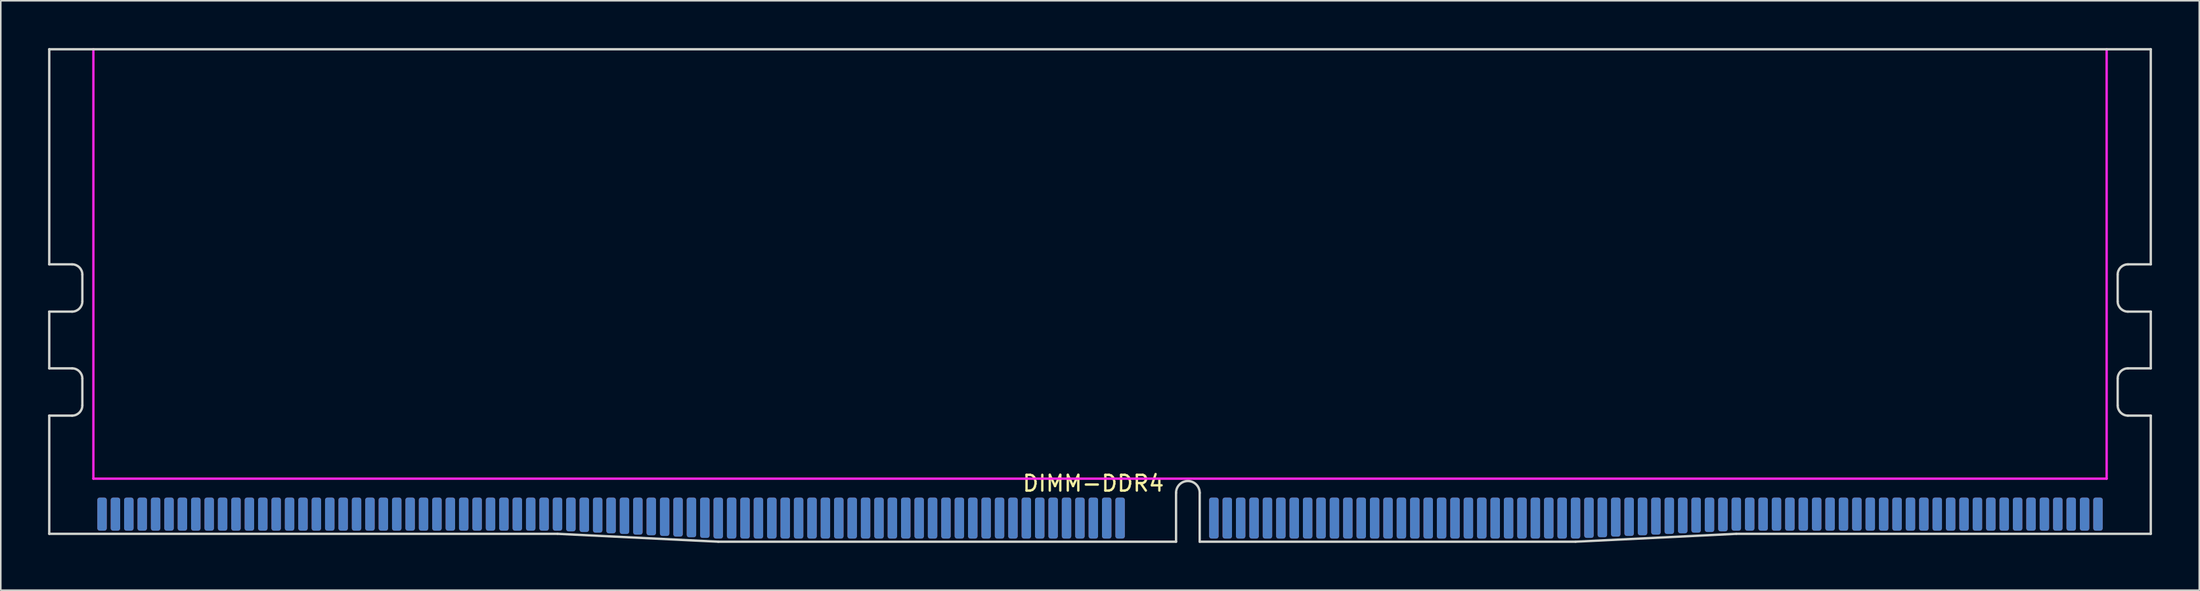
<source format=kicad_pcb>
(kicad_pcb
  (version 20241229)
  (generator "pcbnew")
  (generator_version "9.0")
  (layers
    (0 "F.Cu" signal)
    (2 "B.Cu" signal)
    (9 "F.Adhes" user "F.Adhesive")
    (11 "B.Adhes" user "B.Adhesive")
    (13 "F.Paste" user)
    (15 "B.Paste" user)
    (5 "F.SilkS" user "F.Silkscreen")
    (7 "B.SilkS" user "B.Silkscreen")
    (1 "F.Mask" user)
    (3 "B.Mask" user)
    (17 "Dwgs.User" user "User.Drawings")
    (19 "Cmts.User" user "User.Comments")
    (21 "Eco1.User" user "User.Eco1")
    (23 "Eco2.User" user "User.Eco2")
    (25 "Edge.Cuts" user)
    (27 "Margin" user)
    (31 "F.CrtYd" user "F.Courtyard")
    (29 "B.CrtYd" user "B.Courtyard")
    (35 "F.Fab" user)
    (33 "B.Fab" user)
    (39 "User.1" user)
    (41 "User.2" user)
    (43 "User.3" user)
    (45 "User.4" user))
  (footprint "DIMM-DDR4"
    (layer "F.Cu")
    (at 68.025 29.825)
    (property "Reference" "DIMM-DDR4" (at -1.7 -2.2 180) (layer "F.SilkS") (effects (font (size 1 1) (thickness 0.15))))
    (attr smd)
    (fp_poly (pts (xy 3.55 1.5) (xy 0 1.5) (xy 0 -1.3) (xy 3.55 -1.3)) (stroke (width 0) (type solid)) (fill yes) (layer "F.Mask"))
    (fp_poly (pts (xy 5.05 1.5) (xy 5.95 1.5) (xy 5.95 -1.3) (xy 5.05 -1.3)) (stroke (width 0) (type solid)) (fill yes) (layer "F.Mask"))
    (fp_poly (pts (xy 3.55 1.5) (xy 0 1.5) (xy 0 -1.3) (xy 3.55 -1.3)) (stroke (width 0) (type solid)) (fill yes) (layer "B.Mask"))
    (fp_poly (pts (xy 5.05 1.5) (xy 5.95 1.5) (xy 5.95 -1.3) (xy 5.05 -1.3)) (stroke (width 0) (type solid)) (fill yes) (layer "B.Mask"))
    (fp_line (start -67.95 -29.75) (end 65.4 -29.75) (stroke (width 0.15) (type solid)) (layer "Edge.Cuts"))
    (fp_line (start -67.95 -16.1) (end -67.95 -29.75) (stroke (width 0.15) (type solid)) (layer "Edge.Cuts"))
    (fp_line (start -67.95 -16.1) (end -66.5 -16.1) (stroke (width 0.15) (type solid)) (layer "Edge.Cuts"))
    (fp_line (start -67.95 -13.1) (end -66.5 -13.1) (stroke (width 0.15) (type solid)) (layer "Edge.Cuts"))
    (fp_line (start -67.95 -9.5) (end -67.95 -13.1) (stroke (width 0.15) (type solid)) (layer "Edge.Cuts"))
    (fp_line (start -67.95 -9.5) (end -66.5 -9.5) (stroke (width 0.15) (type solid)) (layer "Edge.Cuts"))
    (fp_line (start -67.95 -6.5) (end -66.5 -6.5) (stroke (width 0.15) (type solid)) (layer "Edge.Cuts"))
    (fp_line (start -67.95 1) (end -67.95 -6.5) (stroke (width 0.15) (type solid)) (layer "Edge.Cuts"))
    (fp_line (start -65.85 -13.75) (end -65.85 -15.45) (stroke (width 0.15) (type solid)) (layer "Edge.Cuts"))
    (fp_line (start -65.85 -7.15) (end -65.85 -8.85) (stroke (width 0.15) (type solid)) (layer "Edge.Cuts"))
    (fp_line (start -35.7 1) (end -67.95 1) (stroke (width 0.15) (type solid)) (layer "Edge.Cuts"))
    (fp_line (start -25.5 1.5) (end -35.7 1) (stroke (width 0.15) (type solid)) (layer "Edge.Cuts"))
    (fp_line (start 3.55 1.5) (end -25.5 1.5) (stroke (width 0.15) (type solid)) (layer "Edge.Cuts"))
    (fp_line (start 3.55 1.5) (end 3.55 -1.6) (stroke (width 0.15) (type solid)) (layer "Edge.Cuts"))
    (fp_line (start 5.05 -1.6) (end 5.05 1.5) (stroke (width 0.15) (type solid)) (layer "Edge.Cuts"))
    (fp_line (start 5.05 1.5) (end 28.9 1.5) (stroke (width 0.15) (type solid)) (layer "Edge.Cuts"))
    (fp_line (start 28.9 1.5) (end 39.1 1) (stroke (width 0.15) (type solid)) (layer "Edge.Cuts"))
    (fp_line (start 39.1 1) (end 65.4 1) (stroke (width 0.15) (type solid)) (layer "Edge.Cuts"))
    (fp_line (start 63.3 -13.75) (end 63.3 -15.45) (stroke (width 0.15) (type solid)) (layer "Edge.Cuts"))
    (fp_line (start 63.3 -7.15) (end 63.3 -8.85) (stroke (width 0.15) (type solid)) (layer "Edge.Cuts"))
    (fp_line (start 65.4 -16.1) (end 63.95 -16.1) (stroke (width 0.15) (type solid)) (layer "Edge.Cuts"))
    (fp_line (start 65.4 -16.1) (end 65.4 -29.75) (stroke (width 0.15) (type solid)) (layer "Edge.Cuts"))
    (fp_line (start 65.4 -13.1) (end 63.95 -13.1) (stroke (width 0.15) (type solid)) (layer "Edge.Cuts"))
    (fp_line (start 65.4 -9.5) (end 63.95 -9.5) (stroke (width 0.15) (type solid)) (layer "Edge.Cuts"))
    (fp_line (start 65.4 -9.5) (end 65.4 -13.1) (stroke (width 0.15) (type solid)) (layer "Edge.Cuts"))
    (fp_line (start 65.4 -6.5) (end 63.95 -6.5) (stroke (width 0.15) (type solid)) (layer "Edge.Cuts"))
    (fp_line (start 65.4 1) (end 65.4 -6.5) (stroke (width 0.15) (type solid)) (layer "Edge.Cuts"))
    (fp_arc (start -66.5 -16.1) (mid -66.040381 -15.909619) (end -65.85 -15.45) (stroke (width 0.15) (type solid)) (layer "Edge.Cuts"))
    (fp_arc (start -66.5 -9.5) (mid -66.040381 -9.309619) (end -65.85 -8.85) (stroke (width 0.15) (type solid)) (layer "Edge.Cuts"))
    (fp_arc (start -65.85 -13.75) (mid -66.040381 -13.290381) (end -66.5 -13.1) (stroke (width 0.15) (type solid)) (layer "Edge.Cuts"))
    (fp_arc (start -65.85 -7.15) (mid -66.040381 -6.690381) (end -66.5 -6.5) (stroke (width 0.15) (type solid)) (layer "Edge.Cuts"))
    (fp_arc (start 3.55 -1.6) (mid 4.3 -2.35) (end 5.05 -1.6) (stroke (width 0.15) (type solid)) (layer "Edge.Cuts"))
    (fp_arc (start 63.3 -15.45) (mid 63.490381 -15.909619) (end 63.95 -16.1) (stroke (width 0.15) (type solid)) (layer "Edge.Cuts"))
    (fp_arc (start 63.3 -8.85) (mid 63.490381 -9.309619) (end 63.95 -9.5) (stroke (width 0.15) (type solid)) (layer "Edge.Cuts"))
    (fp_arc (start 63.95 -13.1) (mid 63.490381 -13.290381) (end 63.3 -13.75) (stroke (width 0.15) (type solid)) (layer "Edge.Cuts"))
    (fp_arc (start 63.95 -6.5) (mid 63.490381 -6.690381) (end 63.3 -7.15) (stroke (width 0.15) (type solid)) (layer "Edge.Cuts"))
    (fp_line (start -65.15 -2.5) (end -65.15 -29.75) (stroke (width 0.15) (type solid)) (layer "F.CrtYd"))
    (fp_line (start -65.15 -2.5) (end 62.6 -2.5) (stroke (width 0.15) (type solid)) (layer "F.CrtYd"))
    (fp_line (start 62.6 -2.5) (end 62.6 -29.75) (stroke (width 0.15) (type solid)) (layer "F.CrtYd"))
    (pad "1" smd roundrect (at -64.6 -0.25) (size 0.6 2.1) (layers "F.Cu" "F.Mask") (roundrect_rratio 0.25))
    (pad "2" smd roundrect (at -63.75 -0.25) (size 0.6 2.1) (layers "F.Cu" "F.Mask") (roundrect_rratio 0.25))
    (pad "3" smd roundrect (at -62.9 -0.25) (size 0.6 2.1) (layers "F.Cu" "F.Mask") (roundrect_rratio 0.25))
    (pad "4" smd roundrect (at -62.05 -0.25) (size 0.6 2.1) (layers "F.Cu" "F.Mask") (roundrect_rratio 0.25))
    (pad "5" smd roundrect (at -61.2 -0.25) (size 0.6 2.1) (layers "F.Cu" "F.Mask") (roundrect_rratio 0.25))
    (pad "6" smd roundrect (at -60.35 -0.25) (size 0.6 2.1) (layers "F.Cu" "F.Mask") (roundrect_rratio 0.25))
    (pad "7" smd roundrect (at -59.5 -0.25) (size 0.6 2.1) (layers "F.Cu" "F.Mask") (roundrect_rratio 0.25))
    (pad "8" smd roundrect (at -58.65 -0.25) (size 0.6 2.1) (layers "F.Cu" "F.Mask") (roundrect_rratio 0.25))
    (pad "9" smd roundrect (at -57.8 -0.25) (size 0.6 2.1) (layers "F.Cu" "F.Mask") (roundrect_rratio 0.25))
    (pad "10" smd roundrect (at -56.95 -0.25) (size 0.6 2.1) (layers "F.Cu" "F.Mask") (roundrect_rratio 0.25))
    (pad "11" smd roundrect (at -56.1 -0.25) (size 0.6 2.1) (layers "F.Cu" "F.Mask") (roundrect_rratio 0.25))
    (pad "12" smd roundrect (at -55.25 -0.25) (size 0.6 2.1) (layers "F.Cu" "F.Mask") (roundrect_rratio 0.25))
    (pad "13" smd roundrect (at -54.4 -0.25) (size 0.6 2.1) (layers "F.Cu" "F.Mask") (roundrect_rratio 0.25))
    (pad "14" smd roundrect (at -53.55 -0.25) (size 0.6 2.1) (layers "F.Cu" "F.Mask") (roundrect_rratio 0.25))
    (pad "15" smd roundrect (at -52.7 -0.25) (size 0.6 2.1) (layers "F.Cu" "F.Mask") (roundrect_rratio 0.25))
    (pad "16" smd roundrect (at -51.85 -0.25) (size 0.6 2.1) (layers "F.Cu" "F.Mask") (roundrect_rratio 0.25))
    (pad "17" smd roundrect (at -51 -0.25) (size 0.6 2.1) (layers "F.Cu" "F.Mask") (roundrect_rratio 0.25))
    (pad "18" smd roundrect (at -50.15 -0.25) (size 0.6 2.1) (layers "F.Cu" "F.Mask") (roundrect_rratio 0.25))
    (pad "19" smd roundrect (at -49.3 -0.25) (size 0.6 2.1) (layers "F.Cu" "F.Mask") (roundrect_rratio 0.25))
    (pad "20" smd roundrect (at -48.45 -0.25) (size 0.6 2.1) (layers "F.Cu" "F.Mask") (roundrect_rratio 0.25))
    (pad "21" smd roundrect (at -47.6 -0.25) (size 0.6 2.1) (layers "F.Cu" "F.Mask") (roundrect_rratio 0.25))
    (pad "22" smd roundrect (at -46.75 -0.25) (size 0.6 2.1) (layers "F.Cu" "F.Mask") (roundrect_rratio 0.25))
    (pad "23" smd roundrect (at -45.9 -0.25) (size 0.6 2.1) (layers "F.Cu" "F.Mask") (roundrect_rratio 0.25))
    (pad "24" smd roundrect (at -45.05 -0.25) (size 0.6 2.1) (layers "F.Cu" "F.Mask") (roundrect_rratio 0.25))
    (pad "25" smd roundrect (at -44.2 -0.25) (size 0.6 2.1) (layers "F.Cu" "F.Mask") (roundrect_rratio 0.25))
    (pad "26" smd roundrect (at -43.35 -0.25) (size 0.6 2.1) (layers "F.Cu" "F.Mask") (roundrect_rratio 0.25))
    (pad "27" smd roundrect (at -42.5 -0.25) (size 0.6 2.1) (layers "F.Cu" "F.Mask") (roundrect_rratio 0.25))
    (pad "28" smd roundrect (at -41.65 -0.25) (size 0.6 2.1) (layers "F.Cu" "F.Mask") (roundrect_rratio 0.25))
    (pad "29" smd roundrect (at -40.8 -0.25) (size 0.6 2.1) (layers "F.Cu" "F.Mask") (roundrect_rratio 0.25))
    (pad "30" smd roundrect (at -39.95 -0.25) (size 0.6 2.1) (layers "F.Cu" "F.Mask") (roundrect_rratio 0.25))
    (pad "31" smd roundrect (at -39.1 -0.25) (size 0.6 2.1) (layers "F.Cu" "F.Mask") (roundrect_rratio 0.25))
    (pad "32" smd roundrect (at -38.25 -0.25) (size 0.6 2.1) (layers "F.Cu" "F.Mask") (roundrect_rratio 0.25))
    (pad "33" smd roundrect (at -37.4 -0.25) (size 0.6 2.1) (layers "F.Cu" "F.Mask") (roundrect_rratio 0.25))
    (pad "34" smd roundrect (at -36.55 -0.25) (size 0.6 2.1) (layers "F.Cu" "F.Mask") (roundrect_rratio 0.25))
    (pad "35" smd roundrect (at -35.7 -0.25) (size 0.6 2.1) (layers "F.Cu" "F.Mask") (roundrect_rratio 0.25))
    (pad "36" smd roundrect (at -34.85 0) (size 0.6 2.142) (drill (offset 0 -0.229)) (layers "F.Cu" "F.Mask") (roundrect_rratio 0.25))
    (pad "37" smd roundrect (at -34 0) (size 0.6 2.183) (drill (offset 0 -0.208)) (layers "F.Cu" "F.Mask") (roundrect_rratio 0.25))
    (pad "38" smd roundrect (at -33.15 0) (size 0.6 2.225) (drill (offset 0 -0.188)) (layers "F.Cu" "F.Mask") (roundrect_rratio 0.25))
    (pad "39" smd roundrect (at -32.3 0) (size 0.6 2.267) (drill (offset 0 -0.167)) (layers "F.Cu" "F.Mask") (roundrect_rratio 0.25))
    (pad "40" smd roundrect (at -31.45 0) (size 0.6 2.308) (drill (offset 0 -0.146)) (layers "F.Cu" "F.Mask") (roundrect_rratio 0.25))
    (pad "41" smd roundrect (at -30.6 0) (size 0.6 2.35) (drill (offset 0 -0.125)) (layers "F.Cu" "F.Mask") (roundrect_rratio 0.25))
    (pad "42" smd roundrect (at -29.75 0) (size 0.6 2.392) (drill (offset 0 -0.104)) (layers "F.Cu" "F.Mask") (roundrect_rratio 0.25))
    (pad "43" smd roundrect (at -28.9 0) (size 0.6 2.433) (drill (offset 0 -0.083)) (layers "F.Cu" "F.Mask") (roundrect_rratio 0.25))
    (pad "44" smd roundrect (at -28.05 0) (size 0.6 2.475) (drill (offset 0 -0.062)) (layers "F.Cu" "F.Mask") (roundrect_rratio 0.25))
    (pad "45" smd roundrect (at -27.2 0) (size 0.6 2.517) (drill (offset 0 -0.042)) (layers "F.Cu" "F.Mask") (roundrect_rratio 0.25))
    (pad "46" smd roundrect (at -26.35 0) (size 0.6 2.558) (drill (offset 0 -0.021)) (layers "F.Cu" "F.Mask") (roundrect_rratio 0.25))
    (pad "47" smd roundrect (at -25.5 0) (size 0.6 2.6) (layers "F.Cu" "F.Mask") (roundrect_rratio 0.25))
    (pad "48" smd roundrect (at -24.65 0) (size 0.6 2.6) (layers "F.Cu" "F.Mask") (roundrect_rratio 0.25))
    (pad "49" smd roundrect (at -23.8 0) (size 0.6 2.6) (layers "F.Cu" "F.Mask") (roundrect_rratio 0.25))
    (pad "50" smd roundrect (at -22.95 0) (size 0.6 2.6) (layers "F.Cu" "F.Mask") (roundrect_rratio 0.25))
    (pad "51" smd roundrect (at -22.1 0) (size 0.6 2.6) (layers "F.Cu" "F.Mask") (roundrect_rratio 0.25))
    (pad "52" smd roundrect (at -21.25 0) (size 0.6 2.6) (layers "F.Cu" "F.Mask") (roundrect_rratio 0.25))
    (pad "53" smd roundrect (at -20.4 0) (size 0.6 2.6) (layers "F.Cu" "F.Mask") (roundrect_rratio 0.25))
    (pad "54" smd roundrect (at -19.55 0) (size 0.6 2.6) (layers "F.Cu" "F.Mask") (roundrect_rratio 0.25))
    (pad "55" smd roundrect (at -18.7 0) (size 0.6 2.6) (layers "F.Cu" "F.Mask") (roundrect_rratio 0.25))
    (pad "56" smd roundrect (at -17.85 0) (size 0.6 2.6) (layers "F.Cu" "F.Mask") (roundrect_rratio 0.25))
    (pad "57" smd roundrect (at -17 0) (size 0.6 2.6) (layers "F.Cu" "F.Mask") (roundrect_rratio 0.25))
    (pad "58" smd roundrect (at -16.15 0) (size 0.6 2.6) (layers "F.Cu" "F.Mask") (roundrect_rratio 0.25))
    (pad "59" smd roundrect (at -15.3 0) (size 0.6 2.6) (layers "F.Cu" "F.Mask") (roundrect_rratio 0.25))
    (pad "60" smd roundrect (at -14.45 0) (size 0.6 2.6) (layers "F.Cu" "F.Mask") (roundrect_rratio 0.25))
    (pad "61" smd roundrect (at -13.6 0) (size 0.6 2.6) (layers "F.Cu" "F.Mask") (roundrect_rratio 0.25))
    (pad "62" smd roundrect (at -12.75 0) (size 0.6 2.6) (layers "F.Cu" "F.Mask") (roundrect_rratio 0.25))
    (pad "63" smd roundrect (at -11.9 0) (size 0.6 2.6) (layers "F.Cu" "F.Mask") (roundrect_rratio 0.25))
    (pad "64" smd roundrect (at -11.05 0) (size 0.6 2.6) (layers "F.Cu" "F.Mask") (roundrect_rratio 0.25))
    (pad "65" smd roundrect (at -10.2 0) (size 0.6 2.6) (layers "F.Cu" "F.Mask") (roundrect_rratio 0.25))
    (pad "66" smd roundrect (at -9.35 0) (size 0.6 2.6) (layers "F.Cu" "F.Mask") (roundrect_rratio 0.25))
    (pad "67" smd roundrect (at -8.5 0) (size 0.6 2.6) (layers "F.Cu" "F.Mask") (roundrect_rratio 0.25))
    (pad "68" smd roundrect (at -7.65 0) (size 0.6 2.6) (layers "F.Cu" "F.Mask") (roundrect_rratio 0.25))
    (pad "69" smd roundrect (at -6.8 0) (size 0.6 2.6) (layers "F.Cu" "F.Mask") (roundrect_rratio 0.25))
    (pad "70" smd roundrect (at -5.95 0) (size 0.6 2.6) (layers "F.Cu" "F.Mask") (roundrect_rratio 0.25))
    (pad "71" smd roundrect (at -5.1 0) (size 0.6 2.6) (layers "F.Cu" "F.Mask") (roundrect_rratio 0.25))
    (pad "72" smd roundrect (at -4.25 0) (size 0.6 2.6) (layers "F.Cu" "F.Mask") (roundrect_rratio 0.25))
    (pad "73" smd roundrect (at -3.4 0) (size 0.6 2.6) (layers "F.Cu" "F.Mask") (roundrect_rratio 0.25))
    (pad "74" smd roundrect (at -2.55 0) (size 0.6 2.6) (layers "F.Cu" "F.Mask") (roundrect_rratio 0.25))
    (pad "75" smd roundrect (at -1.7 0) (size 0.6 2.6) (layers "F.Cu" "F.Mask") (roundrect_rratio 0.25))
    (pad "76" smd roundrect (at -0.85 0) (size 0.6 2.6) (layers "F.Cu" "F.Mask") (roundrect_rratio 0.25))
    (pad "77" smd roundrect (at 0 0) (size 0.6 2.6) (layers "F.Cu" "F.Mask") (roundrect_rratio 0.25))
    (pad "78" smd roundrect (at 5.95 0) (size 0.6 2.6) (layers "F.Cu" "F.Mask") (roundrect_rratio 0.25))
    (pad "79" smd roundrect (at 6.8 0) (size 0.6 2.6) (layers "F.Cu" "F.Mask") (roundrect_rratio 0.25))
    (pad "80" smd roundrect (at 7.65 0) (size 0.6 2.6) (layers "F.Cu" "F.Mask") (roundrect_rratio 0.25))
    (pad "81" smd roundrect (at 8.5 0) (size 0.6 2.6) (layers "F.Cu" "F.Mask") (roundrect_rratio 0.25))
    (pad "82" smd roundrect (at 9.35 0) (size 0.6 2.6) (layers "F.Cu" "F.Mask") (roundrect_rratio 0.25))
    (pad "83" smd roundrect (at 10.2 0) (size 0.6 2.6) (layers "F.Cu" "F.Mask") (roundrect_rratio 0.25))
    (pad "84" smd roundrect (at 11.05 0) (size 0.6 2.6) (layers "F.Cu" "F.Mask") (roundrect_rratio 0.25))
    (pad "85" smd roundrect (at 11.9 0) (size 0.6 2.6) (layers "F.Cu" "F.Mask") (roundrect_rratio 0.25))
    (pad "86" smd roundrect (at 12.75 0) (size 0.6 2.6) (layers "F.Cu" "F.Mask") (roundrect_rratio 0.25))
    (pad "87" smd roundrect (at 13.6 0) (size 0.6 2.6) (layers "F.Cu" "F.Mask") (roundrect_rratio 0.25))
    (pad "88" smd roundrect (at 14.45 0) (size 0.6 2.6) (layers "F.Cu" "F.Mask") (roundrect_rratio 0.25))
    (pad "89" smd roundrect (at 15.3 0) (size 0.6 2.6) (layers "F.Cu" "F.Mask") (roundrect_rratio 0.25))
    (pad "90" smd roundrect (at 16.15 0) (size 0.6 2.6) (layers "F.Cu" "F.Mask") (roundrect_rratio 0.25))
    (pad "91" smd roundrect (at 17 0) (size 0.6 2.6) (layers "F.Cu" "F.Mask") (roundrect_rratio 0.25))
    (pad "92" smd roundrect (at 17.85 0) (size 0.6 2.6) (layers "F.Cu" "F.Mask") (roundrect_rratio 0.25))
    (pad "93" smd roundrect (at 18.7 0) (size 0.6 2.6) (layers "F.Cu" "F.Mask") (roundrect_rratio 0.25))
    (pad "94" smd roundrect (at 19.55 0) (size 0.6 2.6) (layers "F.Cu" "F.Mask") (roundrect_rratio 0.25))
    (pad "95" smd roundrect (at 20.4 0) (size 0.6 2.6) (layers "F.Cu" "F.Mask") (roundrect_rratio 0.25))
    (pad "96" smd roundrect (at 21.25 0) (size 0.6 2.6) (layers "F.Cu" "F.Mask") (roundrect_rratio 0.25))
    (pad "97" smd roundrect (at 22.1 0) (size 0.6 2.6) (layers "F.Cu" "F.Mask") (roundrect_rratio 0.25))
    (pad "98" smd roundrect (at 22.95 0) (size 0.6 2.6) (layers "F.Cu" "F.Mask") (roundrect_rratio 0.25))
    (pad "99" smd roundrect (at 23.8 0) (size 0.6 2.6) (layers "F.Cu" "F.Mask") (roundrect_rratio 0.25))
    (pad "100" smd roundrect (at 24.65 0) (size 0.6 2.6) (layers "F.Cu" "F.Mask") (roundrect_rratio 0.25))
    (pad "101" smd roundrect (at 25.5 0) (size 0.6 2.6) (layers "F.Cu" "F.Mask") (roundrect_rratio 0.25))
    (pad "102" smd roundrect (at 26.35 0) (size 0.6 2.6) (layers "F.Cu" "F.Mask") (roundrect_rratio 0.25))
    (pad "103" smd roundrect (at 27.2 0) (size 0.6 2.6) (layers "F.Cu" "F.Mask") (roundrect_rratio 0.25))
    (pad "104" smd roundrect (at 28.05 0) (size 0.6 2.6) (layers "F.Cu" "F.Mask") (roundrect_rratio 0.25))
    (pad "105" smd roundrect (at 28.9 0) (size 0.6 2.6) (layers "F.Cu" "F.Mask") (roundrect_rratio 0.25))
    (pad "106" smd roundrect (at 29.75 0) (size 0.6 2.558) (drill (offset 0 -0.021)) (layers "F.Cu" "F.Mask") (roundrect_rratio 0.25))
    (pad "107" smd roundrect (at 30.6 0) (size 0.6 2.517) (drill (offset 0 -0.042)) (layers "F.Cu" "F.Mask") (roundrect_rratio 0.25))
    (pad "108" smd roundrect (at 31.45 0) (size 0.6 2.475) (drill (offset 0 -0.062)) (layers "F.Cu" "F.Mask") (roundrect_rratio 0.25))
    (pad "109" smd roundrect (at 32.3 0) (size 0.6 2.433) (drill (offset 0 -0.083)) (layers "F.Cu" "F.Mask") (roundrect_rratio 0.25))
    (pad "110" smd roundrect (at 33.15 0) (size 0.6 2.392) (drill (offset 0 -0.104)) (layers "F.Cu" "F.Mask") (roundrect_rratio 0.25))
    (pad "111" smd roundrect (at 34 0) (size 0.6 2.35) (drill (offset 0 -0.125)) (layers "F.Cu" "F.Mask") (roundrect_rratio 0.25))
    (pad "112" smd roundrect (at 34.85 0) (size 0.6 2.308) (drill (offset 0 -0.146)) (layers "F.Cu" "F.Mask") (roundrect_rratio 0.25))
    (pad "113" smd roundrect (at 35.7 0) (size 0.6 2.267) (drill (offset 0 -0.167)) (layers "F.Cu" "F.Mask") (roundrect_rratio 0.25))
    (pad "114" smd roundrect (at 36.55 0) (size 0.6 2.225) (drill (offset 0 -0.188)) (layers "F.Cu" "F.Mask") (roundrect_rratio 0.25))
    (pad "115" smd roundrect (at 37.4 0) (size 0.6 2.183) (drill (offset 0 -0.208)) (layers "F.Cu" "F.Mask") (roundrect_rratio 0.25))
    (pad "116" smd roundrect (at 38.25 0) (size 0.6 2.142) (drill (offset 0 -0.229)) (layers "F.Cu" "F.Mask") (roundrect_rratio 0.25))
    (pad "117" smd roundrect (at 39.1 -0.25) (size 0.6 2.1) (layers "F.Cu" "F.Mask") (roundrect_rratio 0.25))
    (pad "118" smd roundrect (at 39.95 -0.25) (size 0.6 2.1) (layers "F.Cu" "F.Mask") (roundrect_rratio 0.25))
    (pad "119" smd roundrect (at 40.8 -0.25) (size 0.6 2.1) (layers "F.Cu" "F.Mask") (roundrect_rratio 0.25))
    (pad "120" smd roundrect (at 41.65 -0.25) (size 0.6 2.1) (layers "F.Cu" "F.Mask") (roundrect_rratio 0.25))
    (pad "121" smd roundrect (at 42.5 -0.25) (size 0.6 2.1) (layers "F.Cu" "F.Mask") (roundrect_rratio 0.25))
    (pad "122" smd roundrect (at 43.35 -0.25) (size 0.6 2.1) (layers "F.Cu" "F.Mask") (roundrect_rratio 0.25))
    (pad "123" smd roundrect (at 44.2 -0.25) (size 0.6 2.1) (layers "F.Cu" "F.Mask") (roundrect_rratio 0.25))
    (pad "124" smd roundrect (at 45.05 -0.25) (size 0.6 2.1) (layers "F.Cu" "F.Mask") (roundrect_rratio 0.25))
    (pad "125" smd roundrect (at 45.9 -0.25) (size 0.6 2.1) (layers "F.Cu" "F.Mask") (roundrect_rratio 0.25))
    (pad "126" smd roundrect (at 46.75 -0.25) (size 0.6 2.1) (layers "F.Cu" "F.Mask") (roundrect_rratio 0.25))
    (pad "127" smd roundrect (at 47.6 -0.25) (size 0.6 2.1) (layers "F.Cu" "F.Mask") (roundrect_rratio 0.25))
    (pad "128" smd roundrect (at 48.45 -0.25) (size 0.6 2.1) (layers "F.Cu" "F.Mask") (roundrect_rratio 0.25))
    (pad "129" smd roundrect (at 49.3 -0.25) (size 0.6 2.1) (layers "F.Cu" "F.Mask") (roundrect_rratio 0.25))
    (pad "130" smd roundrect (at 50.15 -0.25) (size 0.6 2.1) (layers "F.Cu" "F.Mask") (roundrect_rratio 0.25))
    (pad "131" smd roundrect (at 51 -0.25) (size 0.6 2.1) (layers "F.Cu" "F.Mask") (roundrect_rratio 0.25))
    (pad "132" smd roundrect (at 51.85 -0.25) (size 0.6 2.1) (layers "F.Cu" "F.Mask") (roundrect_rratio 0.25))
    (pad "133" smd roundrect (at 52.7 -0.25) (size 0.6 2.1) (layers "F.Cu" "F.Mask") (roundrect_rratio 0.25))
    (pad "134" smd roundrect (at 53.55 -0.25) (size 0.6 2.1) (layers "F.Cu" "F.Mask") (roundrect_rratio 0.25))
    (pad "135" smd roundrect (at 54.4 -0.25) (size 0.6 2.1) (layers "F.Cu" "F.Mask") (roundrect_rratio 0.25))
    (pad "136" smd roundrect (at 55.25 -0.25) (size 0.6 2.1) (layers "F.Cu" "F.Mask") (roundrect_rratio 0.25))
    (pad "137" smd roundrect (at 56.1 -0.25) (size 0.6 2.1) (layers "F.Cu" "F.Mask") (roundrect_rratio 0.25))
    (pad "138" smd roundrect (at 56.95 -0.25) (size 0.6 2.1) (layers "F.Cu" "F.Mask") (roundrect_rratio 0.25))
    (pad "139" smd roundrect (at 57.8 -0.25) (size 0.6 2.1) (layers "F.Cu" "F.Mask") (roundrect_rratio 0.25))
    (pad "140" smd roundrect (at 58.65 -0.25) (size 0.6 2.1) (layers "F.Cu" "F.Mask") (roundrect_rratio 0.25))
    (pad "141" smd roundrect (at 59.5 -0.25) (size 0.6 2.1) (layers "F.Cu" "F.Mask") (roundrect_rratio 0.25))
    (pad "142" smd roundrect (at 60.35 -0.25) (size 0.6 2.1) (layers "F.Cu" "F.Mask") (roundrect_rratio 0.25))
    (pad "143" smd roundrect (at 61.2 -0.25) (size 0.6 2.1) (layers "F.Cu" "F.Mask") (roundrect_rratio 0.25))
    (pad "144" smd roundrect (at 62.05 -0.25) (size 0.6 2.1) (layers "F.Cu" "F.Mask") (roundrect_rratio 0.25))
    (pad "145" smd roundrect (at -64.6 -0.25 180) (size 0.6 2.1) (layers "B.Cu" "B.Mask") (roundrect_rratio 0.25))
    (pad "146" smd roundrect (at -63.75 -0.25 180) (size 0.6 2.1) (layers "B.Cu" "B.Mask") (roundrect_rratio 0.25))
    (pad "147" smd roundrect (at -62.9 -0.25 180) (size 0.6 2.1) (layers "B.Cu" "B.Mask") (roundrect_rratio 0.25))
    (pad "148" smd roundrect (at -62.05 -0.25 180) (size 0.6 2.1) (layers "B.Cu" "B.Mask") (roundrect_rratio 0.25))
    (pad "149" smd roundrect (at -61.2 -0.25 180) (size 0.6 2.1) (layers "B.Cu" "B.Mask") (roundrect_rratio 0.25))
    (pad "150" smd roundrect (at -60.35 -0.25 180) (size 0.6 2.1) (layers "B.Cu" "B.Mask") (roundrect_rratio 0.25))
    (pad "151" smd roundrect (at -59.5 -0.25 180) (size 0.6 2.1) (layers "B.Cu" "B.Mask") (roundrect_rratio 0.25))
    (pad "152" smd roundrect (at -58.65 -0.25 180) (size 0.6 2.1) (layers "B.Cu" "B.Mask") (roundrect_rratio 0.25))
    (pad "153" smd roundrect (at -57.8 -0.25 180) (size 0.6 2.1) (layers "B.Cu" "B.Mask") (roundrect_rratio 0.25))
    (pad "154" smd roundrect (at -56.95 -0.25 180) (size 0.6 2.1) (layers "B.Cu" "B.Mask") (roundrect_rratio 0.25))
    (pad "155" smd roundrect (at -56.1 -0.25 180) (size 0.6 2.1) (layers "B.Cu" "B.Mask") (roundrect_rratio 0.25))
    (pad "156" smd roundrect (at -55.25 -0.25 180) (size 0.6 2.1) (layers "B.Cu" "B.Mask") (roundrect_rratio 0.25))
    (pad "157" smd roundrect (at -54.4 -0.25 180) (size 0.6 2.1) (layers "B.Cu" "B.Mask") (roundrect_rratio 0.25))
    (pad "158" smd roundrect (at -53.55 -0.25 180) (size 0.6 2.1) (layers "B.Cu" "B.Mask") (roundrect_rratio 0.25))
    (pad "159" smd roundrect (at -52.7 -0.25 180) (size 0.6 2.1) (layers "B.Cu" "B.Mask") (roundrect_rratio 0.25))
    (pad "160" smd roundrect (at -51.85 -0.25 180) (size 0.6 2.1) (layers "B.Cu" "B.Mask") (roundrect_rratio 0.25))
    (pad "161" smd roundrect (at -51 -0.25 180) (size 0.6 2.1) (layers "B.Cu" "B.Mask") (roundrect_rratio 0.25))
    (pad "162" smd roundrect (at -50.15 -0.25 180) (size 0.6 2.1) (layers "B.Cu" "B.Mask") (roundrect_rratio 0.25))
    (pad "163" smd roundrect (at -49.3 -0.25 180) (size 0.6 2.1) (layers "B.Cu" "B.Mask") (roundrect_rratio 0.25))
    (pad "164" smd roundrect (at -48.45 -0.25 180) (size 0.6 2.1) (layers "B.Cu" "B.Mask") (roundrect_rratio 0.25))
    (pad "165" smd roundrect (at -47.6 -0.25 180) (size 0.6 2.1) (layers "B.Cu" "B.Mask") (roundrect_rratio 0.25))
    (pad "166" smd roundrect (at -46.75 -0.25 180) (size 0.6 2.1) (layers "B.Cu" "B.Mask") (roundrect_rratio 0.25))
    (pad "167" smd roundrect (at -45.9 -0.25 180) (size 0.6 2.1) (layers "B.Cu" "B.Mask") (roundrect_rratio 0.25))
    (pad "168" smd roundrect (at -45.05 -0.25 180) (size 0.6 2.1) (layers "B.Cu" "B.Mask") (roundrect_rratio 0.25))
    (pad "169" smd roundrect (at -44.2 -0.25 180) (size 0.6 2.1) (layers "B.Cu" "B.Mask") (roundrect_rratio 0.25))
    (pad "170" smd roundrect (at -43.35 -0.25 180) (size 0.6 2.1) (layers "B.Cu" "B.Mask") (roundrect_rratio 0.25))
    (pad "171" smd roundrect (at -42.5 -0.25 180) (size 0.6 2.1) (layers "B.Cu" "B.Mask") (roundrect_rratio 0.25))
    (pad "172" smd roundrect (at -41.65 -0.25 180) (size 0.6 2.1) (layers "B.Cu" "B.Mask") (roundrect_rratio 0.25))
    (pad "173" smd roundrect (at -40.8 -0.25 180) (size 0.6 2.1) (layers "B.Cu" "B.Mask") (roundrect_rratio 0.25))
    (pad "174" smd roundrect (at -39.95 -0.25 180) (size 0.6 2.1) (layers "B.Cu" "B.Mask") (roundrect_rratio 0.25))
    (pad "175" smd roundrect (at -39.1 -0.25 180) (size 0.6 2.1) (layers "B.Cu" "B.Mask") (roundrect_rratio 0.25))
    (pad "176" smd roundrect (at -38.25 -0.25 180) (size 0.6 2.1) (layers "B.Cu" "B.Mask") (roundrect_rratio 0.25))
    (pad "177" smd roundrect (at -37.4 -0.25 180) (size 0.6 2.1) (layers "B.Cu" "B.Mask") (roundrect_rratio 0.25))
    (pad "178" smd roundrect (at -36.55 -0.25 180) (size 0.6 2.1) (layers "B.Cu" "B.Mask") (roundrect_rratio 0.25))
    (pad "179" smd roundrect (at -35.7 -0.25 180) (size 0.6 2.1) (layers "B.Cu" "B.Mask") (roundrect_rratio 0.25))
    (pad "180" smd roundrect (at -34.85 0 180) (size 0.6 2.142) (drill (offset 0 0.229)) (layers "B.Cu" "B.Mask") (roundrect_rratio 0.25))
    (pad "181" smd roundrect (at -34 0 180) (size 0.6 2.183) (drill (offset 0 0.208)) (layers "B.Cu" "B.Mask") (roundrect_rratio 0.25))
    (pad "182" smd roundrect (at -33.15 0 180) (size 0.6 2.225) (drill (offset 0 0.188)) (layers "B.Cu" "B.Mask") (roundrect_rratio 0.25))
    (pad "183" smd roundrect (at -32.3 0 180) (size 0.6 2.267) (drill (offset 0 0.167)) (layers "B.Cu" "B.Mask") (roundrect_rratio 0.25))
    (pad "184" smd roundrect (at -31.45 0 180) (size 0.6 2.308) (drill (offset 0 0.146)) (layers "B.Cu" "B.Mask") (roundrect_rratio 0.25))
    (pad "185" smd roundrect (at -30.6 0 180) (size 0.6 2.35) (drill (offset 0 0.125)) (layers "B.Cu" "B.Mask") (roundrect_rratio 0.25))
    (pad "186" smd roundrect (at -29.75 0 180) (size 0.6 2.392) (drill (offset 0 0.104)) (layers "B.Cu" "B.Mask") (roundrect_rratio 0.25))
    (pad "187" smd roundrect (at -28.9 0 180) (size 0.6 2.433) (drill (offset 0 0.083)) (layers "B.Cu" "B.Mask") (roundrect_rratio 0.25))
    (pad "188" smd roundrect (at -28.05 0 180) (size 0.6 2.475) (drill (offset 0 0.062)) (layers "B.Cu" "B.Mask") (roundrect_rratio 0.25))
    (pad "189" smd roundrect (at -27.2 0 180) (size 0.6 2.517) (drill (offset 0 0.042)) (layers "B.Cu" "B.Mask") (roundrect_rratio 0.25))
    (pad "190" smd roundrect (at -26.35 0 180) (size 0.6 2.558) (drill (offset 0 0.021)) (layers "B.Cu" "B.Mask") (roundrect_rratio 0.25))
    (pad "191" smd roundrect (at -25.5 0 180) (size 0.6 2.6) (layers "B.Cu" "B.Mask") (roundrect_rratio 0.25))
    (pad "192" smd roundrect (at -24.65 0 180) (size 0.6 2.6) (layers "B.Cu" "B.Mask") (roundrect_rratio 0.25))
    (pad "193" smd roundrect (at -23.8 0 180) (size 0.6 2.6) (layers "B.Cu" "B.Mask") (roundrect_rratio 0.25))
    (pad "194" smd roundrect (at -22.95 0 180) (size 0.6 2.6) (layers "B.Cu" "B.Mask") (roundrect_rratio 0.25))
    (pad "195" smd roundrect (at -22.1 0 180) (size 0.6 2.6) (layers "B.Cu" "B.Mask") (roundrect_rratio 0.25))
    (pad "196" smd roundrect (at -21.25 0 180) (size 0.6 2.6) (layers "B.Cu" "B.Mask") (roundrect_rratio 0.25))
    (pad "197" smd roundrect (at -20.4 0 180) (size 0.6 2.6) (layers "B.Cu" "B.Mask") (roundrect_rratio 0.25))
    (pad "198" smd roundrect (at -19.55 0 180) (size 0.6 2.6) (layers "B.Cu" "B.Mask") (roundrect_rratio 0.25))
    (pad "199" smd roundrect (at -18.7 0 180) (size 0.6 2.6) (layers "B.Cu" "B.Mask") (roundrect_rratio 0.25))
    (pad "200" smd roundrect (at -17.85 0 180) (size 0.6 2.6) (layers "B.Cu" "B.Mask") (roundrect_rratio 0.25))
    (pad "201" smd roundrect (at -17 0 180) (size 0.6 2.6) (layers "B.Cu" "B.Mask") (roundrect_rratio 0.25))
    (pad "202" smd roundrect (at -16.15 0 180) (size 0.6 2.6) (layers "B.Cu" "B.Mask") (roundrect_rratio 0.25))
    (pad "203" smd roundrect (at -15.3 0 180) (size 0.6 2.6) (layers "B.Cu" "B.Mask") (roundrect_rratio 0.25))
    (pad "204" smd roundrect (at -14.45 0 180) (size 0.6 2.6) (layers "B.Cu" "B.Mask") (roundrect_rratio 0.25))
    (pad "205" smd roundrect (at -13.6 0 180) (size 0.6 2.6) (layers "B.Cu" "B.Mask") (roundrect_rratio 0.25))
    (pad "206" smd roundrect (at -12.75 0 180) (size 0.6 2.6) (layers "B.Cu" "B.Mask") (roundrect_rratio 0.25))
    (pad "207" smd roundrect (at -11.9 0 180) (size 0.6 2.6) (layers "B.Cu" "B.Mask") (roundrect_rratio 0.25))
    (pad "208" smd roundrect (at -11.05 0 180) (size 0.6 2.6) (layers "B.Cu" "B.Mask") (roundrect_rratio 0.25))
    (pad "209" smd roundrect (at -10.2 0 180) (size 0.6 2.6) (layers "B.Cu" "B.Mask") (roundrect_rratio 0.25))
    (pad "210" smd roundrect (at -9.35 0 180) (size 0.6 2.6) (layers "B.Cu" "B.Mask") (roundrect_rratio 0.25))
    (pad "211" smd roundrect (at -8.5 0 180) (size 0.6 2.6) (layers "B.Cu" "B.Mask") (roundrect_rratio 0.25))
    (pad "212" smd roundrect (at -7.65 0 180) (size 0.6 2.6) (layers "B.Cu" "B.Mask") (roundrect_rratio 0.25))
    (pad "213" smd roundrect (at -6.8 0 180) (size 0.6 2.6) (layers "B.Cu" "B.Mask") (roundrect_rratio 0.25))
    (pad "214" smd roundrect (at -5.95 0 180) (size 0.6 2.6) (layers "B.Cu" "B.Mask") (roundrect_rratio 0.25))
    (pad "215" smd roundrect (at -5.1 0 180) (size 0.6 2.6) (layers "B.Cu" "B.Mask") (roundrect_rratio 0.25))
    (pad "216" smd roundrect (at -4.25 0 180) (size 0.6 2.6) (layers "B.Cu" "B.Mask") (roundrect_rratio 0.25))
    (pad "217" smd roundrect (at -3.4 0 180) (size 0.6 2.6) (layers "B.Cu" "B.Mask") (roundrect_rratio 0.25))
    (pad "218" smd roundrect (at -2.55 0 180) (size 0.6 2.6) (layers "B.Cu" "B.Mask") (roundrect_rratio 0.25))
    (pad "219" smd roundrect (at -1.7 0 180) (size 0.6 2.6) (layers "B.Cu" "B.Mask") (roundrect_rratio 0.25))
    (pad "220" smd roundrect (at -0.85 0 180) (size 0.6 2.6) (layers "B.Cu" "B.Mask") (roundrect_rratio 0.25))
    (pad "221" smd roundrect (at 0 0 180) (size 0.6 2.6) (layers "B.Cu" "B.Mask") (roundrect_rratio 0.25))
    (pad "222" smd roundrect (at 5.95 0 180) (size 0.6 2.6) (layers "B.Cu" "B.Mask") (roundrect_rratio 0.25))
    (pad "223" smd roundrect (at 6.8 0 180) (size 0.6 2.6) (layers "B.Cu" "B.Mask") (roundrect_rratio 0.25))
    (pad "224" smd roundrect (at 7.65 0 180) (size 0.6 2.6) (layers "B.Cu" "B.Mask") (roundrect_rratio 0.25))
    (pad "225" smd roundrect (at 8.5 0 180) (size 0.6 2.6) (layers "B.Cu" "B.Mask") (roundrect_rratio 0.25))
    (pad "226" smd roundrect (at 9.35 0 180) (size 0.6 2.6) (layers "B.Cu" "B.Mask") (roundrect_rratio 0.25))
    (pad "227" smd roundrect (at 10.2 0 180) (size 0.6 2.6) (layers "B.Cu" "B.Mask") (roundrect_rratio 0.25))
    (pad "228" smd roundrect (at 11.05 0 180) (size 0.6 2.6) (layers "B.Cu" "B.Mask") (roundrect_rratio 0.25))
    (pad "229" smd roundrect (at 11.9 0 180) (size 0.6 2.6) (layers "B.Cu" "B.Mask") (roundrect_rratio 0.25))
    (pad "230" smd roundrect (at 12.75 0 180) (size 0.6 2.6) (layers "B.Cu" "B.Mask") (roundrect_rratio 0.25))
    (pad "231" smd roundrect (at 13.6 0 180) (size 0.6 2.6) (layers "B.Cu" "B.Mask") (roundrect_rratio 0.25))
    (pad "232" smd roundrect (at 14.45 0 180) (size 0.6 2.6) (layers "B.Cu" "B.Mask") (roundrect_rratio 0.25))
    (pad "233" smd roundrect (at 15.3 0 180) (size 0.6 2.6) (layers "B.Cu" "B.Mask") (roundrect_rratio 0.25))
    (pad "234" smd roundrect (at 16.15 0 180) (size 0.6 2.6) (layers "B.Cu" "B.Mask") (roundrect_rratio 0.25))
    (pad "235" smd roundrect (at 17 0 180) (size 0.6 2.6) (layers "B.Cu" "B.Mask") (roundrect_rratio 0.25))
    (pad "236" smd roundrect (at 17.85 0 180) (size 0.6 2.6) (layers "B.Cu" "B.Mask") (roundrect_rratio 0.25))
    (pad "237" smd roundrect (at 18.7 0 180) (size 0.6 2.6) (layers "B.Cu" "B.Mask") (roundrect_rratio 0.25))
    (pad "238" smd roundrect (at 19.55 0 180) (size 0.6 2.6) (layers "B.Cu" "B.Mask") (roundrect_rratio 0.25))
    (pad "239" smd roundrect (at 20.4 0 180) (size 0.6 2.6) (layers "B.Cu" "B.Mask") (roundrect_rratio 0.25))
    (pad "240" smd roundrect (at 21.25 0 180) (size 0.6 2.6) (layers "B.Cu" "B.Mask") (roundrect_rratio 0.25))
    (pad "241" smd roundrect (at 22.1 0 180) (size 0.6 2.6) (layers "B.Cu" "B.Mask") (roundrect_rratio 0.25))
    (pad "242" smd roundrect (at 22.95 0 180) (size 0.6 2.6) (layers "B.Cu" "B.Mask") (roundrect_rratio 0.25))
    (pad "243" smd roundrect (at 23.8 0 180) (size 0.6 2.6) (layers "B.Cu" "B.Mask") (roundrect_rratio 0.25))
    (pad "244" smd roundrect (at 24.65 0 180) (size 0.6 2.6) (layers "B.Cu" "B.Mask") (roundrect_rratio 0.25))
    (pad "245" smd roundrect (at 25.5 0 180) (size 0.6 2.6) (layers "B.Cu" "B.Mask") (roundrect_rratio 0.25))
    (pad "246" smd roundrect (at 26.35 0 180) (size 0.6 2.6) (layers "B.Cu" "B.Mask") (roundrect_rratio 0.25))
    (pad "247" smd roundrect (at 27.2 0 180) (size 0.6 2.6) (layers "B.Cu" "B.Mask") (roundrect_rratio 0.25))
    (pad "248" smd roundrect (at 28.05 0 180) (size 0.6 2.6) (layers "B.Cu" "B.Mask") (roundrect_rratio 0.25))
    (pad "249" smd roundrect (at 28.9 0 180) (size 0.6 2.6) (layers "B.Cu" "B.Mask") (roundrect_rratio 0.25))
    (pad "250" smd roundrect (at 29.75 0 180) (size 0.6 2.558) (drill (offset 0 0.021)) (layers "B.Cu" "B.Mask") (roundrect_rratio 0.25))
    (pad "251" smd roundrect (at 30.6 0 180) (size 0.6 2.517) (drill (offset 0 0.042)) (layers "B.Cu" "B.Mask") (roundrect_rratio 0.25))
    (pad "252" smd roundrect (at 31.45 0 180) (size 0.6 2.475) (drill (offset 0 0.062)) (layers "B.Cu" "B.Mask") (roundrect_rratio 0.25))
    (pad "253" smd roundrect (at 32.3 0 180) (size 0.6 2.433) (drill (offset 0 0.083)) (layers "B.Cu" "B.Mask") (roundrect_rratio 0.25))
    (pad "254" smd roundrect (at 33.15 0 180) (size 0.6 2.392) (drill (offset 0 0.104)) (layers "B.Cu" "B.Mask") (roundrect_rratio 0.25))
    (pad "255" smd roundrect (at 34 0 180) (size 0.6 2.35) (drill (offset 0 0.125)) (layers "B.Cu" "B.Mask") (roundrect_rratio 0.25))
    (pad "256" smd roundrect (at 34.85 0 180) (size 0.6 2.308) (drill (offset 0 0.146)) (layers "B.Cu" "B.Mask") (roundrect_rratio 0.25))
    (pad "257" smd roundrect (at 35.7 0 180) (size 0.6 2.267) (drill (offset 0 0.167)) (layers "B.Cu" "B.Mask") (roundrect_rratio 0.25))
    (pad "258" smd roundrect (at 36.55 0 180) (size 0.6 2.225) (drill (offset 0 0.188)) (layers "B.Cu" "B.Mask") (roundrect_rratio 0.25))
    (pad "259" smd roundrect (at 37.4 0 180) (size 0.6 2.183) (drill (offset 0 0.208)) (layers "B.Cu" "B.Mask") (roundrect_rratio 0.25))
    (pad "260" smd roundrect (at 38.25 0 180) (size 0.6 2.142) (drill (offset 0 0.229)) (layers "B.Cu" "B.Mask") (roundrect_rratio 0.25))
    (pad "261" smd roundrect (at 39.1 -0.25 180) (size 0.6 2.1) (layers "B.Cu" "B.Mask") (roundrect_rratio 0.25))
    (pad "262" smd roundrect (at 39.95 -0.25 180) (size 0.6 2.1) (layers "B.Cu" "B.Mask") (roundrect_rratio 0.25))
    (pad "263" smd roundrect (at 40.8 -0.25 180) (size 0.6 2.1) (layers "B.Cu" "B.Mask") (roundrect_rratio 0.25))
    (pad "264" smd roundrect (at 41.65 -0.25 180) (size 0.6 2.1) (layers "B.Cu" "B.Mask") (roundrect_rratio 0.25))
    (pad "265" smd roundrect (at 42.5 -0.25 180) (size 0.6 2.1) (layers "B.Cu" "B.Mask") (roundrect_rratio 0.25))
    (pad "266" smd roundrect (at 43.35 -0.25 180) (size 0.6 2.1) (layers "B.Cu" "B.Mask") (roundrect_rratio 0.25))
    (pad "267" smd roundrect (at 44.2 -0.25 180) (size 0.6 2.1) (layers "B.Cu" "B.Mask") (roundrect_rratio 0.25))
    (pad "268" smd roundrect (at 45.05 -0.25 180) (size 0.6 2.1) (layers "B.Cu" "B.Mask") (roundrect_rratio 0.25))
    (pad "269" smd roundrect (at 45.9 -0.25 180) (size 0.6 2.1) (layers "B.Cu" "B.Mask") (roundrect_rratio 0.25))
    (pad "270" smd roundrect (at 46.75 -0.25 180) (size 0.6 2.1) (layers "B.Cu" "B.Mask") (roundrect_rratio 0.25))
    (pad "271" smd roundrect (at 47.6 -0.25 180) (size 0.6 2.1) (layers "B.Cu" "B.Mask") (roundrect_rratio 0.25))
    (pad "272" smd roundrect (at 48.45 -0.25 180) (size 0.6 2.1) (layers "B.Cu" "B.Mask") (roundrect_rratio 0.25))
    (pad "273" smd roundrect (at 49.3 -0.25 180) (size 0.6 2.1) (layers "B.Cu" "B.Mask") (roundrect_rratio 0.25))
    (pad "274" smd roundrect (at 50.15 -0.25 180) (size 0.6 2.1) (layers "B.Cu" "B.Mask") (roundrect_rratio 0.25))
    (pad "275" smd roundrect (at 51 -0.25 180) (size 0.6 2.1) (layers "B.Cu" "B.Mask") (roundrect_rratio 0.25))
    (pad "276" smd roundrect (at 51.85 -0.25 180) (size 0.6 2.1) (layers "B.Cu" "B.Mask") (roundrect_rratio 0.25))
    (pad "277" smd roundrect (at 52.7 -0.25 180) (size 0.6 2.1) (layers "B.Cu" "B.Mask") (roundrect_rratio 0.25))
    (pad "278" smd roundrect (at 53.55 -0.25 180) (size 0.6 2.1) (layers "B.Cu" "B.Mask") (roundrect_rratio 0.25))
    (pad "279" smd roundrect (at 54.4 -0.25 180) (size 0.6 2.1) (layers "B.Cu" "B.Mask") (roundrect_rratio 0.25))
    (pad "280" smd roundrect (at 55.25 -0.25 180) (size 0.6 2.1) (layers "B.Cu" "B.Mask") (roundrect_rratio 0.25))
    (pad "281" smd roundrect (at 56.1 -0.25 180) (size 0.6 2.1) (layers "B.Cu" "B.Mask") (roundrect_rratio 0.25))
    (pad "282" smd roundrect (at 56.95 -0.25 180) (size 0.6 2.1) (layers "B.Cu" "B.Mask") (roundrect_rratio 0.25))
    (pad "283" smd roundrect (at 57.8 -0.25 180) (size 0.6 2.1) (layers "B.Cu" "B.Mask") (roundrect_rratio 0.25))
    (pad "284" smd roundrect (at 58.65 -0.25 180) (size 0.6 2.1) (layers "B.Cu" "B.Mask") (roundrect_rratio 0.25))
    (pad "285" smd roundrect (at 59.5 -0.25 180) (size 0.6 2.1) (layers "B.Cu" "B.Mask") (roundrect_rratio 0.25))
    (pad "286" smd roundrect (at 60.35 -0.25 180) (size 0.6 2.1) (layers "B.Cu" "B.Mask") (roundrect_rratio 0.25))
    (pad "287" smd roundrect (at 61.2 -0.25 180) (size 0.6 2.1) (layers "B.Cu" "B.Mask") (roundrect_rratio 0.25))
    (pad "288" smd roundrect (at 62.05 -0.25 180) (size 0.6 2.1) (layers "B.Cu" "B.Mask") (roundrect_rratio 0.25)))
  (gr_rect
    (start -3 -3)
    (end 136.5 34.4)
    (stroke (width 0.1) (type default))
    (fill no)
    (layer "Edge.Cuts")))
</source>
